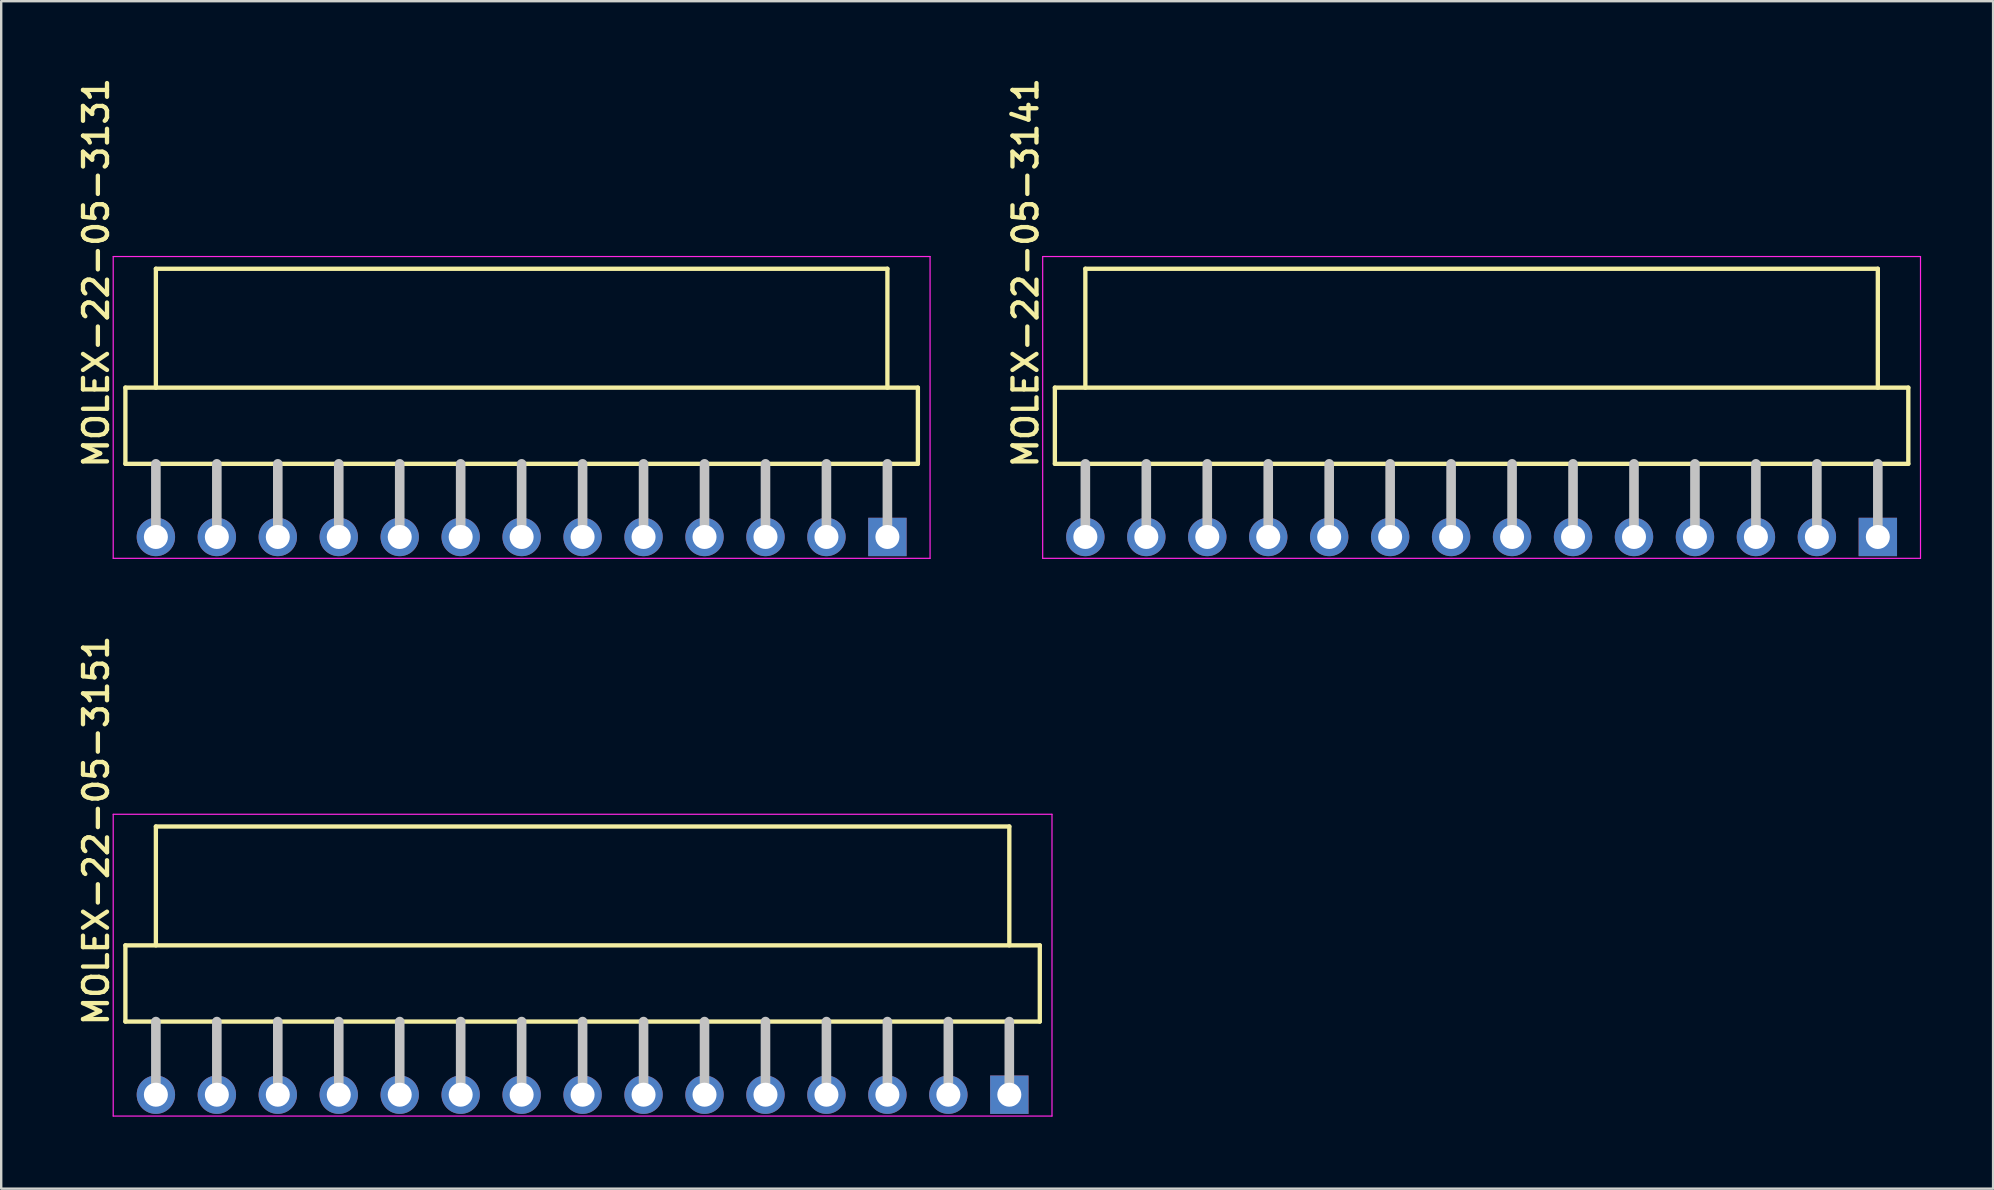
<source format=kicad_pcb>
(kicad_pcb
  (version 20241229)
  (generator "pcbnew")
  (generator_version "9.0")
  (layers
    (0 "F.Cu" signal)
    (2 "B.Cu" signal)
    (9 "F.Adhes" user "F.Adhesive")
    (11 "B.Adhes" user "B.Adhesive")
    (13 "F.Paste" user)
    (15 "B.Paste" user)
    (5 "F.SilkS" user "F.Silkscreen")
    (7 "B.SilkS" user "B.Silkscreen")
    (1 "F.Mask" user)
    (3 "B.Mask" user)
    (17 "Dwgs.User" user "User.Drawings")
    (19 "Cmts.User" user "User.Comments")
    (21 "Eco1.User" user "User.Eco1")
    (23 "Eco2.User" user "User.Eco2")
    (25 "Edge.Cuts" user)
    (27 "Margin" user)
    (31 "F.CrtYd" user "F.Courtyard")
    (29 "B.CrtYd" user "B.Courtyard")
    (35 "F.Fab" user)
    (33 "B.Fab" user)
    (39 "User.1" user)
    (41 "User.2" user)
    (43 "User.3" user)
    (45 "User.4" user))
  (footprint "MOLEX-22-05-3131"
    (layer "F.Cu")
    (at 18.685 19.324)
    (property "Reference" "MOLEX-22-05-3131" (at -17.145 -2.794 90) (layer "F.SilkS") (effects (font (size 1 1) (thickness 0.18)) (justify left bottom)))
    (attr through_hole)
    (fp_line (start -16.51 -6.223) (end -16.51 -3.048) (stroke (width 0.18) (type solid)) (layer "F.SilkS"))
    (fp_line (start -16.51 -3.048) (end 16.51 -3.048) (stroke (width 0.18) (type solid)) (layer "F.SilkS"))
    (fp_line (start -15.24 -11.176) (end 15.24 -11.176) (stroke (width 0.18) (type solid)) (layer "F.SilkS"))
    (fp_line (start -15.24 -6.223) (end -15.24 -11.176) (stroke (width 0.18) (type solid)) (layer "F.SilkS"))
    (fp_line (start 15.24 -6.223) (end 15.24 -11.176) (stroke (width 0.18) (type solid)) (layer "F.SilkS"))
    (fp_line (start 16.51 -6.223) (end -16.51 -6.223) (stroke (width 0.18) (type solid)) (layer "F.SilkS"))
    (fp_line (start 16.51 -3.048) (end 16.51 -6.223) (stroke (width 0.18) (type solid)) (layer "F.SilkS"))
    (fp_line (start -15.24 -3.048) (end -15.24 0) (stroke (width 0.4) (type solid)) (layer "Dwgs.User"))
    (fp_line (start -12.7 -3.048) (end -12.7 0) (stroke (width 0.4) (type solid)) (layer "Dwgs.User"))
    (fp_line (start -10.16 -3.048) (end -10.16 0) (stroke (width 0.4) (type solid)) (layer "Dwgs.User"))
    (fp_line (start -7.62 -3.048) (end -7.62 0) (stroke (width 0.4) (type solid)) (layer "Dwgs.User"))
    (fp_line (start -5.08 -3.048) (end -5.08 0) (stroke (width 0.4) (type solid)) (layer "Dwgs.User"))
    (fp_line (start -2.54 -3.048) (end -2.54 0) (stroke (width 0.4) (type solid)) (layer "Dwgs.User"))
    (fp_line (start 0 -3.048) (end 0 0) (stroke (width 0.4) (type solid)) (layer "Dwgs.User"))
    (fp_line (start 2.54 -3.048) (end 2.54 0) (stroke (width 0.4) (type solid)) (layer "Dwgs.User"))
    (fp_line (start 5.08 -3.048) (end 5.08 0) (stroke (width 0.4) (type solid)) (layer "Dwgs.User"))
    (fp_line (start 7.62 -3.048) (end 7.62 0) (stroke (width 0.4) (type solid)) (layer "Dwgs.User"))
    (fp_line (start 10.16 -3.048) (end 10.16 0) (stroke (width 0.4) (type solid)) (layer "Dwgs.User"))
    (fp_line (start 12.7 -3.048) (end 12.7 0) (stroke (width 0.4) (type solid)) (layer "Dwgs.User"))
    (fp_line (start 15.24 -3.048) (end 15.24 0) (stroke (width 0.4) (type solid)) (layer "Dwgs.User"))
    (fp_line (start -17.018 -11.684) (end 17.018 -11.684) (stroke (width 0.05) (type solid)) (layer "F.CrtYd"))
    (fp_line (start -17.018 0.889) (end -17.018 -11.684) (stroke (width 0.05) (type solid)) (layer "F.CrtYd"))
    (fp_line (start 17.018 -11.684) (end 17.018 0.889) (stroke (width 0.05) (type solid)) (layer "F.CrtYd"))
    (fp_line (start 17.018 0.889) (end -17.018 0.889) (stroke (width 0.05) (type solid)) (layer "F.CrtYd"))
    (pad "1" thru_hole rect (at 15.24 0) (size 1.6 1.6) (drill 1) (layers "*.Cu" "*.Mask"))
    (pad "2" thru_hole circle (at 12.7 0) (size 1.6 1.6) (drill 1) (layers "*.Cu" "*.Mask"))
    (pad "3" thru_hole circle (at 10.16 0) (size 1.6 1.6) (drill 1) (layers "*.Cu" "*.Mask"))
    (pad "4" thru_hole circle (at 7.62 0) (size 1.6 1.6) (drill 1) (layers "*.Cu" "*.Mask"))
    (pad "5" thru_hole circle (at 5.08 0) (size 1.6 1.6) (drill 1) (layers "*.Cu" "*.Mask"))
    (pad "6" thru_hole circle (at 2.54 0) (size 1.6 1.6) (drill 1) (layers "*.Cu" "*.Mask"))
    (pad "7" thru_hole circle (at 0 0) (size 1.6 1.6) (drill 1) (layers "*.Cu" "*.Mask"))
    (pad "8" thru_hole circle (at -2.54 0) (size 1.6 1.6) (drill 1) (layers "*.Cu" "*.Mask"))
    (pad "9" thru_hole circle (at -5.08 0) (size 1.6 1.6) (drill 1) (layers "*.Cu" "*.Mask"))
    (pad "10" thru_hole circle (at -7.62 0) (size 1.6 1.6) (drill 1) (layers "*.Cu" "*.Mask"))
    (pad "11" thru_hole circle (at -10.16 0) (size 1.6 1.6) (drill 1) (layers "*.Cu" "*.Mask"))
    (pad "12" thru_hole circle (at -12.7 0) (size 1.6 1.6) (drill 1) (layers "*.Cu" "*.Mask"))
    (pad "13" thru_hole circle (at -15.24 0) (size 1.6 1.6) (drill 1) (layers "*.Cu" "*.Mask")))
  (footprint "MOLEX-22-05-3141"
    (layer "F.Cu")
    (at 58.683 19.324)
    (property "Reference" "MOLEX-22-05-3141" (at -18.415 -2.794 90) (layer "F.SilkS") (effects (font (size 1 1) (thickness 0.18)) (justify left bottom)))
    (attr through_hole)
    (fp_line (start -17.78 -6.223) (end -17.78 -3.048) (stroke (width 0.18) (type solid)) (layer "F.SilkS"))
    (fp_line (start -17.78 -3.048) (end 17.78 -3.048) (stroke (width 0.18) (type solid)) (layer "F.SilkS"))
    (fp_line (start -16.51 -6.223) (end -16.51 -11.176) (stroke (width 0.18) (type solid)) (layer "F.SilkS"))
    (fp_line (start 16.51 -11.176) (end -16.51 -11.176) (stroke (width 0.18) (type solid)) (layer "F.SilkS"))
    (fp_line (start 16.51 -6.223) (end 16.51 -11.176) (stroke (width 0.18) (type solid)) (layer "F.SilkS"))
    (fp_line (start 17.78 -6.223) (end -17.78 -6.223) (stroke (width 0.18) (type solid)) (layer "F.SilkS"))
    (fp_line (start 17.78 -3.048) (end 17.78 -6.223) (stroke (width 0.18) (type solid)) (layer "F.SilkS"))
    (fp_line (start -16.51 -3.048) (end -16.51 0) (stroke (width 0.4) (type solid)) (layer "Dwgs.User"))
    (fp_line (start -13.97 -3.048) (end -13.97 0) (stroke (width 0.4) (type solid)) (layer "Dwgs.User"))
    (fp_line (start -11.43 -3.048) (end -11.43 0) (stroke (width 0.4) (type solid)) (layer "Dwgs.User"))
    (fp_line (start -8.89 -3.048) (end -8.89 0) (stroke (width 0.4) (type solid)) (layer "Dwgs.User"))
    (fp_line (start -6.35 -3.048) (end -6.35 0) (stroke (width 0.4) (type solid)) (layer "Dwgs.User"))
    (fp_line (start -3.81 -3.048) (end -3.81 0) (stroke (width 0.4) (type solid)) (layer "Dwgs.User"))
    (fp_line (start -1.27 -3.048) (end -1.27 0) (stroke (width 0.4) (type solid)) (layer "Dwgs.User"))
    (fp_line (start 1.27 -3.048) (end 1.27 0) (stroke (width 0.4) (type solid)) (layer "Dwgs.User"))
    (fp_line (start 3.81 -3.048) (end 3.81 0) (stroke (width 0.4) (type solid)) (layer "Dwgs.User"))
    (fp_line (start 6.35 -3.048) (end 6.35 0) (stroke (width 0.4) (type solid)) (layer "Dwgs.User"))
    (fp_line (start 8.89 -3.048) (end 8.89 0) (stroke (width 0.4) (type solid)) (layer "Dwgs.User"))
    (fp_line (start 11.43 -3.048) (end 11.43 0) (stroke (width 0.4) (type solid)) (layer "Dwgs.User"))
    (fp_line (start 13.97 -3.048) (end 13.97 0) (stroke (width 0.4) (type solid)) (layer "Dwgs.User"))
    (fp_line (start 16.51 -3.048) (end 16.51 0) (stroke (width 0.4) (type solid)) (layer "Dwgs.User"))
    (fp_line (start -18.288 -11.684) (end 18.288 -11.684) (stroke (width 0.05) (type solid)) (layer "F.CrtYd"))
    (fp_line (start -18.288 0.889) (end -18.288 -11.684) (stroke (width 0.05) (type solid)) (layer "F.CrtYd"))
    (fp_line (start 18.288 -11.684) (end 18.288 0.889) (stroke (width 0.05) (type solid)) (layer "F.CrtYd"))
    (fp_line (start 18.288 0.889) (end -18.288 0.889) (stroke (width 0.05) (type solid)) (layer "F.CrtYd"))
    (pad "1" thru_hole rect (at 16.51 0) (size 1.6 1.6) (drill 1) (layers "*.Cu" "*.Mask"))
    (pad "2" thru_hole circle (at 13.97 0) (size 1.6 1.6) (drill 1) (layers "*.Cu" "*.Mask"))
    (pad "3" thru_hole circle (at 11.43 0) (size 1.6 1.6) (drill 1) (layers "*.Cu" "*.Mask"))
    (pad "4" thru_hole circle (at 8.89 0) (size 1.6 1.6) (drill 1) (layers "*.Cu" "*.Mask"))
    (pad "5" thru_hole circle (at 6.35 0) (size 1.6 1.6) (drill 1) (layers "*.Cu" "*.Mask"))
    (pad "6" thru_hole circle (at 3.81 0) (size 1.6 1.6) (drill 1) (layers "*.Cu" "*.Mask"))
    (pad "7" thru_hole circle (at 1.27 0) (size 1.6 1.6) (drill 1) (layers "*.Cu" "*.Mask"))
    (pad "8" thru_hole circle (at -1.27 0) (size 1.6 1.6) (drill 1) (layers "*.Cu" "*.Mask"))
    (pad "9" thru_hole circle (at -3.81 0) (size 1.6 1.6) (drill 1) (layers "*.Cu" "*.Mask"))
    (pad "10" thru_hole circle (at -6.35 0) (size 1.6 1.6) (drill 1) (layers "*.Cu" "*.Mask"))
    (pad "11" thru_hole circle (at -8.89 0) (size 1.6 1.6) (drill 1) (layers "*.Cu" "*.Mask"))
    (pad "12" thru_hole circle (at -11.43 0) (size 1.6 1.6) (drill 1) (layers "*.Cu" "*.Mask"))
    (pad "13" thru_hole circle (at -13.97 0) (size 1.6 1.6) (drill 1) (layers "*.Cu" "*.Mask"))
    (pad "14" thru_hole circle (at -16.51 0) (size 1.6 1.6) (drill 1) (layers "*.Cu" "*.Mask")))
  (footprint "MOLEX-22-05-3151"
    (layer "F.Cu")
    (at 21.225 42.563)
    (property "Reference" "MOLEX-22-05-3151" (at -19.685 -2.794 90) (layer "F.SilkS") (effects (font (size 1 1) (thickness 0.18)) (justify left bottom)))
    (attr through_hole)
    (fp_line (start -19.05 -6.223) (end -19.05 -3.048) (stroke (width 0.18) (type solid)) (layer "F.SilkS"))
    (fp_line (start -19.05 -3.048) (end 19.05 -3.048) (stroke (width 0.18) (type solid)) (layer "F.SilkS"))
    (fp_line (start -17.78 -11.176) (end 17.78 -11.176) (stroke (width 0.18) (type solid)) (layer "F.SilkS"))
    (fp_line (start -17.78 -6.223) (end -17.78 -11.176) (stroke (width 0.18) (type solid)) (layer "F.SilkS"))
    (fp_line (start 17.78 -6.223) (end 17.78 -11.176) (stroke (width 0.18) (type solid)) (layer "F.SilkS"))
    (fp_line (start 19.05 -6.223) (end -19.05 -6.223) (stroke (width 0.18) (type solid)) (layer "F.SilkS"))
    (fp_line (start 19.05 -3.048) (end 19.05 -6.223) (stroke (width 0.18) (type solid)) (layer "F.SilkS"))
    (fp_line (start -17.78 -3.048) (end -17.78 0) (stroke (width 0.4) (type solid)) (layer "Dwgs.User"))
    (fp_line (start -15.24 -3.048) (end -15.24 0) (stroke (width 0.4) (type solid)) (layer "Dwgs.User"))
    (fp_line (start -12.7 -3.048) (end -12.7 0) (stroke (width 0.4) (type solid)) (layer "Dwgs.User"))
    (fp_line (start -10.16 -3.048) (end -10.16 0) (stroke (width 0.4) (type solid)) (layer "Dwgs.User"))
    (fp_line (start -7.62 -3.048) (end -7.62 0) (stroke (width 0.4) (type solid)) (layer "Dwgs.User"))
    (fp_line (start -5.08 -3.048) (end -5.08 0) (stroke (width 0.4) (type solid)) (layer "Dwgs.User"))
    (fp_line (start -2.54 -3.048) (end -2.54 0) (stroke (width 0.4) (type solid)) (layer "Dwgs.User"))
    (fp_line (start 0 -3.048) (end 0 0) (stroke (width 0.4) (type solid)) (layer "Dwgs.User"))
    (fp_line (start 2.54 -3.048) (end 2.54 0) (stroke (width 0.4) (type solid)) (layer "Dwgs.User"))
    (fp_line (start 5.08 -3.048) (end 5.08 0) (stroke (width 0.4) (type solid)) (layer "Dwgs.User"))
    (fp_line (start 7.62 -3.048) (end 7.62 0) (stroke (width 0.4) (type solid)) (layer "Dwgs.User"))
    (fp_line (start 10.16 -3.048) (end 10.16 0) (stroke (width 0.4) (type solid)) (layer "Dwgs.User"))
    (fp_line (start 12.7 -3.048) (end 12.7 0) (stroke (width 0.4) (type solid)) (layer "Dwgs.User"))
    (fp_line (start 15.24 -3.048) (end 15.24 0) (stroke (width 0.4) (type solid)) (layer "Dwgs.User"))
    (fp_line (start 17.78 -3.048) (end 17.78 0) (stroke (width 0.4) (type solid)) (layer "Dwgs.User"))
    (fp_line (start -19.558 -11.684) (end 19.558 -11.684) (stroke (width 0.05) (type solid)) (layer "F.CrtYd"))
    (fp_line (start -19.558 0.889) (end -19.558 -11.684) (stroke (width 0.05) (type solid)) (layer "F.CrtYd"))
    (fp_line (start 19.558 -11.684) (end 19.558 0.889) (stroke (width 0.05) (type solid)) (layer "F.CrtYd"))
    (fp_line (start 19.558 0.889) (end -19.558 0.889) (stroke (width 0.05) (type solid)) (layer "F.CrtYd"))
    (pad "1" thru_hole rect (at 17.78 0) (size 1.6 1.6) (drill 1) (layers "*.Cu" "*.Mask"))
    (pad "2" thru_hole circle (at 15.24 0) (size 1.6 1.6) (drill 1) (layers "*.Cu" "*.Mask"))
    (pad "3" thru_hole circle (at 12.7 0) (size 1.6 1.6) (drill 1) (layers "*.Cu" "*.Mask"))
    (pad "4" thru_hole circle (at 10.16 0) (size 1.6 1.6) (drill 1) (layers "*.Cu" "*.Mask"))
    (pad "5" thru_hole circle (at 7.62 0) (size 1.6 1.6) (drill 1) (layers "*.Cu" "*.Mask"))
    (pad "6" thru_hole circle (at 5.08 0) (size 1.6 1.6) (drill 1) (layers "*.Cu" "*.Mask"))
    (pad "7" thru_hole circle (at 2.54 0) (size 1.6 1.6) (drill 1) (layers "*.Cu" "*.Mask"))
    (pad "8" thru_hole circle (at 0 0) (size 1.6 1.6) (drill 1) (layers "*.Cu" "*.Mask"))
    (pad "9" thru_hole circle (at -2.54 0) (size 1.6 1.6) (drill 1) (layers "*.Cu" "*.Mask"))
    (pad "10" thru_hole circle (at -5.08 0) (size 1.6 1.6) (drill 1) (layers "*.Cu" "*.Mask"))
    (pad "11" thru_hole circle (at -7.62 0) (size 1.6 1.6) (drill 1) (layers "*.Cu" "*.Mask"))
    (pad "12" thru_hole circle (at -10.16 0) (size 1.6 1.6) (drill 1) (layers "*.Cu" "*.Mask"))
    (pad "13" thru_hole circle (at -12.7 0) (size 1.6 1.6) (drill 1) (layers "*.Cu" "*.Mask"))
    (pad "14" thru_hole circle (at -15.24 0) (size 1.6 1.6) (drill 1) (layers "*.Cu" "*.Mask"))
    (pad "15" thru_hole circle (at -17.78 0) (size 1.6 1.6) (drill 1) (layers "*.Cu" "*.Mask")))
  (gr_rect
    (start -3 -3)
    (end 79.996 46.477)
    (stroke (width 0.1) (type default))
    (fill no)
    (layer "Edge.Cuts")))
</source>
